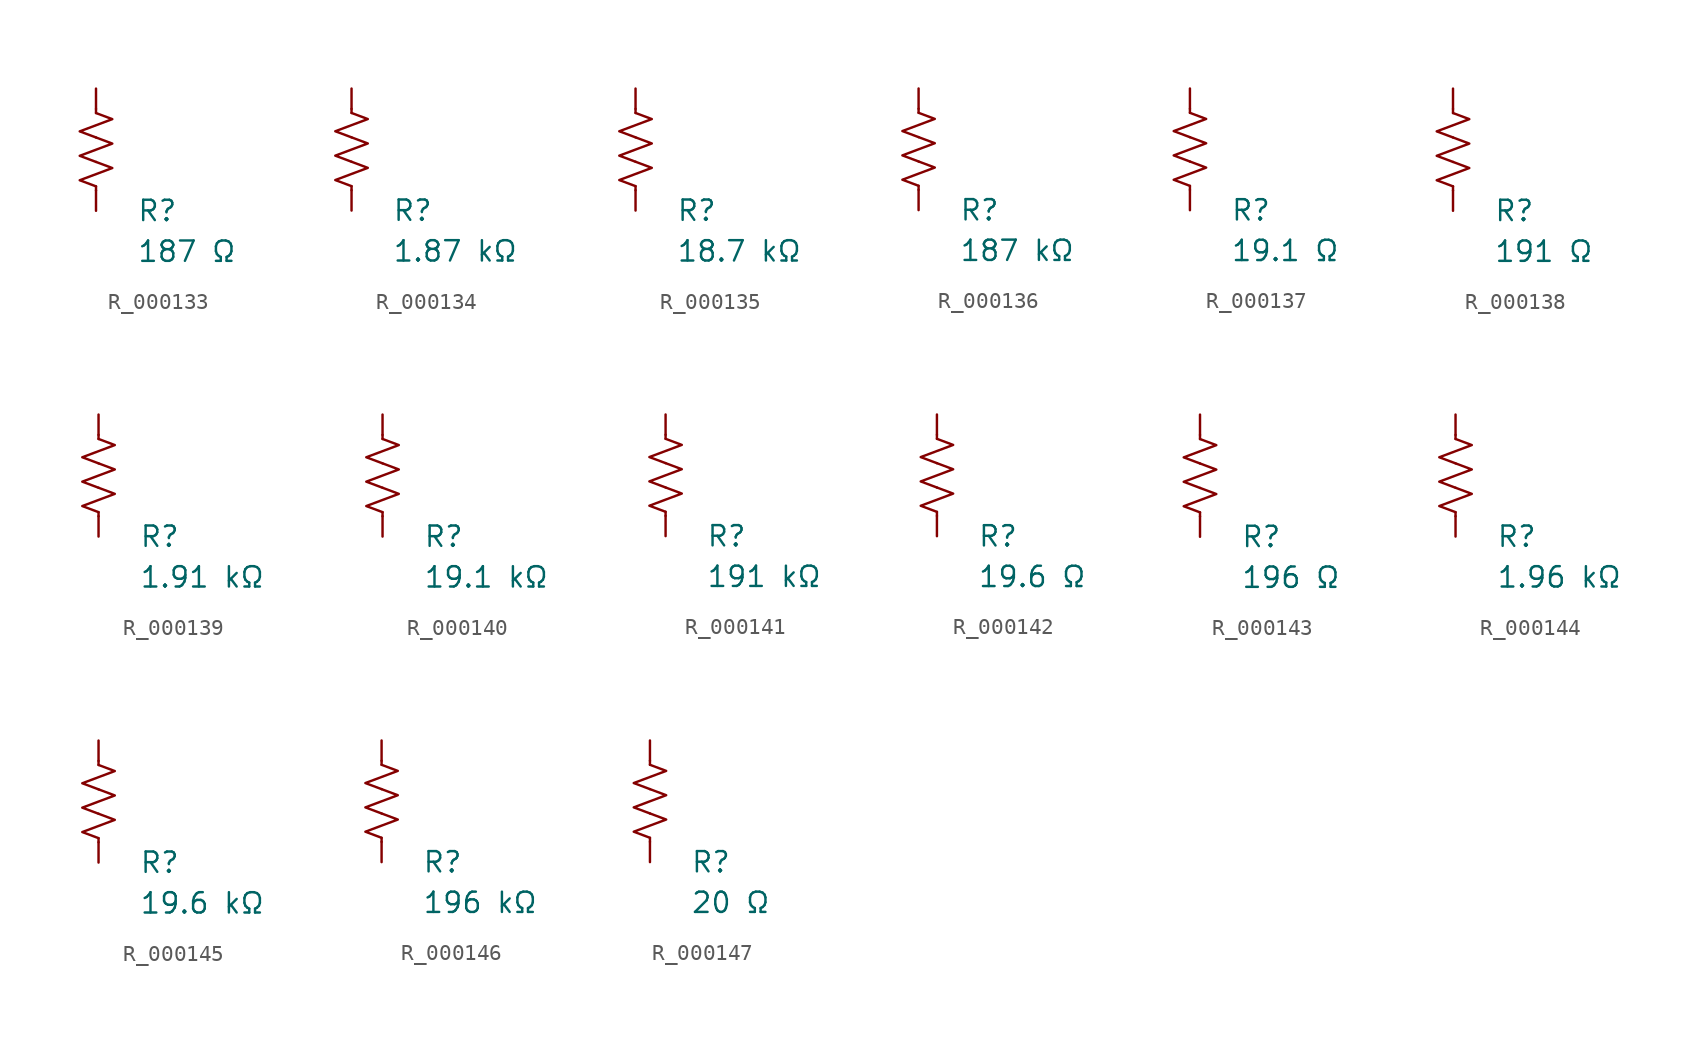
<source format=kicad_sym>
(kicad_symbol_lib
  (version 20231120)
  (generator "kicad_symbol_editor")
  (generator_version "8.0")
  (symbol "R_000133"
    (pin_numbers hide)
    (pin_names
      (offset 0))
    (property "Reference" "R"
      (at 2.54 -3.81 0)
      (effects (font (size 1.27 1.27)) (justify left))
      (show_name no))
    (property "Value" "187 Ω"
      (at 2.54 -6.35 0)
      (effects (font (size 1.27 1.27)) (justify left))
      (show_name no))
    (symbol "R_000133_0_1"
      (polyline (pts (xy 0 -2.286) (xy 0 -2.54)) (stroke (width 0) (type default)) (fill (type none)))
      (polyline (pts (xy 0 2.286) (xy 0 2.54)) (stroke (width 0) (type default)) (fill (type none)))
      (polyline (pts (xy 0 -0.762) (xy 1.016 -1.143) (xy 0 -1.524) (xy -1.016 -1.905) (xy 0 -2.286)) (stroke (width 0) (type default)) (fill (type none)))
      (polyline (pts (xy 0 0.762) (xy 1.016 0.381) (xy 0 0) (xy -1.016 -0.381) (xy 0 -0.762)) (stroke (width 0) (type default)) (fill (type none)))
      (polyline (pts (xy 0 2.286) (xy 1.016 1.905) (xy 0 1.524) (xy -1.016 1.143) (xy 0 0.762)) (stroke (width 0) (type default)) (fill (type none))))
    (symbol "R_000133_1_1"
      (pin passive line (at 0 3.81 270) (length 1.27) (name "~" (effects (font (size 1.27 1.27)))) (number "1" (effects (font (size 1.27 1.27)))))
      (pin passive line (at 0 -3.81 90) (length 1.27) (name "~" (effects (font (size 1.27 1.27)))) (number "2" (effects (font (size 1.27 1.27)))))))
  (symbol "R_000134"
    (pin_numbers hide)
    (pin_names
      (offset 0))
    (property "Reference" "R"
      (at 2.54 -3.81 0)
      (effects (font (size 1.27 1.27)) (justify left))
      (show_name no))
    (property "Value" "1.87 kΩ"
      (at 2.54 -6.35 0)
      (effects (font (size 1.27 1.27)) (justify left))
      (show_name no))
    (symbol "R_000134_0_1"
      (polyline (pts (xy 0 -2.286) (xy 0 -2.54)) (stroke (width 0) (type default)) (fill (type none)))
      (polyline (pts (xy 0 2.286) (xy 0 2.54)) (stroke (width 0) (type default)) (fill (type none)))
      (polyline (pts (xy 0 -0.762) (xy 1.016 -1.143) (xy 0 -1.524) (xy -1.016 -1.905) (xy 0 -2.286)) (stroke (width 0) (type default)) (fill (type none)))
      (polyline (pts (xy 0 0.762) (xy 1.016 0.381) (xy 0 0) (xy -1.016 -0.381) (xy 0 -0.762)) (stroke (width 0) (type default)) (fill (type none)))
      (polyline (pts (xy 0 2.286) (xy 1.016 1.905) (xy 0 1.524) (xy -1.016 1.143) (xy 0 0.762)) (stroke (width 0) (type default)) (fill (type none))))
    (symbol "R_000134_1_1"
      (pin passive line (at 0 3.81 270) (length 1.27) (name "~" (effects (font (size 1.27 1.27)))) (number "1" (effects (font (size 1.27 1.27)))))
      (pin passive line (at 0 -3.81 90) (length 1.27) (name "~" (effects (font (size 1.27 1.27)))) (number "2" (effects (font (size 1.27 1.27)))))))
  (symbol "R_000135"
    (pin_numbers hide)
    (pin_names
      (offset 0))
    (property "Reference" "R"
      (at 2.54 -3.81 0)
      (effects (font (size 1.27 1.27)) (justify left))
      (show_name no))
    (property "Value" "18.7 kΩ"
      (at 2.54 -6.35 0)
      (effects (font (size 1.27 1.27)) (justify left))
      (show_name no))
    (symbol "R_000135_0_1"
      (polyline (pts (xy 0 -2.286) (xy 0 -2.54)) (stroke (width 0) (type default)) (fill (type none)))
      (polyline (pts (xy 0 2.286) (xy 0 2.54)) (stroke (width 0) (type default)) (fill (type none)))
      (polyline (pts (xy 0 -0.762) (xy 1.016 -1.143) (xy 0 -1.524) (xy -1.016 -1.905) (xy 0 -2.286)) (stroke (width 0) (type default)) (fill (type none)))
      (polyline (pts (xy 0 0.762) (xy 1.016 0.381) (xy 0 0) (xy -1.016 -0.381) (xy 0 -0.762)) (stroke (width 0) (type default)) (fill (type none)))
      (polyline (pts (xy 0 2.286) (xy 1.016 1.905) (xy 0 1.524) (xy -1.016 1.143) (xy 0 0.762)) (stroke (width 0) (type default)) (fill (type none))))
    (symbol "R_000135_1_1"
      (pin passive line (at 0 3.81 270) (length 1.27) (name "~" (effects (font (size 1.27 1.27)))) (number "1" (effects (font (size 1.27 1.27)))))
      (pin passive line (at 0 -3.81 90) (length 1.27) (name "~" (effects (font (size 1.27 1.27)))) (number "2" (effects (font (size 1.27 1.27)))))))
  (symbol "R_000136"
    (pin_numbers hide)
    (pin_names
      (offset 0))
    (property "Reference" "R"
      (at 2.54 -3.81 0)
      (effects (font (size 1.27 1.27)) (justify left))
      (show_name no))
    (property "Value" "187 kΩ"
      (at 2.54 -6.35 0)
      (effects (font (size 1.27 1.27)) (justify left))
      (show_name no))
    (symbol "R_000136_0_1"
      (polyline (pts (xy 0 -2.286) (xy 0 -2.54)) (stroke (width 0) (type default)) (fill (type none)))
      (polyline (pts (xy 0 2.286) (xy 0 2.54)) (stroke (width 0) (type default)) (fill (type none)))
      (polyline (pts (xy 0 -0.762) (xy 1.016 -1.143) (xy 0 -1.524) (xy -1.016 -1.905) (xy 0 -2.286)) (stroke (width 0) (type default)) (fill (type none)))
      (polyline (pts (xy 0 0.762) (xy 1.016 0.381) (xy 0 0) (xy -1.016 -0.381) (xy 0 -0.762)) (stroke (width 0) (type default)) (fill (type none)))
      (polyline (pts (xy 0 2.286) (xy 1.016 1.905) (xy 0 1.524) (xy -1.016 1.143) (xy 0 0.762)) (stroke (width 0) (type default)) (fill (type none))))
    (symbol "R_000136_1_1"
      (pin passive line (at 0 3.81 270) (length 1.27) (name "~" (effects (font (size 1.27 1.27)))) (number "1" (effects (font (size 1.27 1.27)))))
      (pin passive line (at 0 -3.81 90) (length 1.27) (name "~" (effects (font (size 1.27 1.27)))) (number "2" (effects (font (size 1.27 1.27)))))))
  (symbol "R_000137"
    (pin_numbers hide)
    (pin_names
      (offset 0))
    (property "Reference" "R"
      (at 2.54 -3.81 0)
      (effects (font (size 1.27 1.27)) (justify left))
      (show_name no))
    (property "Value" "19.1 Ω"
      (at 2.54 -6.35 0)
      (effects (font (size 1.27 1.27)) (justify left))
      (show_name no))
    (symbol "R_000137_0_1"
      (polyline (pts (xy 0 -2.286) (xy 0 -2.54)) (stroke (width 0) (type default)) (fill (type none)))
      (polyline (pts (xy 0 2.286) (xy 0 2.54)) (stroke (width 0) (type default)) (fill (type none)))
      (polyline (pts (xy 0 -0.762) (xy 1.016 -1.143) (xy 0 -1.524) (xy -1.016 -1.905) (xy 0 -2.286)) (stroke (width 0) (type default)) (fill (type none)))
      (polyline (pts (xy 0 0.762) (xy 1.016 0.381) (xy 0 0) (xy -1.016 -0.381) (xy 0 -0.762)) (stroke (width 0) (type default)) (fill (type none)))
      (polyline (pts (xy 0 2.286) (xy 1.016 1.905) (xy 0 1.524) (xy -1.016 1.143) (xy 0 0.762)) (stroke (width 0) (type default)) (fill (type none))))
    (symbol "R_000137_1_1"
      (pin passive line (at 0 3.81 270) (length 1.27) (name "~" (effects (font (size 1.27 1.27)))) (number "1" (effects (font (size 1.27 1.27)))))
      (pin passive line (at 0 -3.81 90) (length 1.27) (name "~" (effects (font (size 1.27 1.27)))) (number "2" (effects (font (size 1.27 1.27)))))))
  (symbol "R_000138"
    (pin_numbers hide)
    (pin_names
      (offset 0))
    (property "Reference" "R"
      (at 2.54 -3.81 0)
      (effects (font (size 1.27 1.27)) (justify left))
      (show_name no))
    (property "Value" "191 Ω"
      (at 2.54 -6.35 0)
      (effects (font (size 1.27 1.27)) (justify left))
      (show_name no))
    (symbol "R_000138_0_1"
      (polyline (pts (xy 0 -2.286) (xy 0 -2.54)) (stroke (width 0) (type default)) (fill (type none)))
      (polyline (pts (xy 0 2.286) (xy 0 2.54)) (stroke (width 0) (type default)) (fill (type none)))
      (polyline (pts (xy 0 -0.762) (xy 1.016 -1.143) (xy 0 -1.524) (xy -1.016 -1.905) (xy 0 -2.286)) (stroke (width 0) (type default)) (fill (type none)))
      (polyline (pts (xy 0 0.762) (xy 1.016 0.381) (xy 0 0) (xy -1.016 -0.381) (xy 0 -0.762)) (stroke (width 0) (type default)) (fill (type none)))
      (polyline (pts (xy 0 2.286) (xy 1.016 1.905) (xy 0 1.524) (xy -1.016 1.143) (xy 0 0.762)) (stroke (width 0) (type default)) (fill (type none))))
    (symbol "R_000138_1_1"
      (pin passive line (at 0 3.81 270) (length 1.27) (name "~" (effects (font (size 1.27 1.27)))) (number "1" (effects (font (size 1.27 1.27)))))
      (pin passive line (at 0 -3.81 90) (length 1.27) (name "~" (effects (font (size 1.27 1.27)))) (number "2" (effects (font (size 1.27 1.27)))))))
  (symbol "R_000139"
    (pin_numbers hide)
    (pin_names
      (offset 0))
    (property "Reference" "R"
      (at 2.54 -3.81 0)
      (effects (font (size 1.27 1.27)) (justify left))
      (show_name no))
    (property "Value" "1.91 kΩ"
      (at 2.54 -6.35 0)
      (effects (font (size 1.27 1.27)) (justify left))
      (show_name no))
    (symbol "R_000139_0_1"
      (polyline (pts (xy 0 -2.286) (xy 0 -2.54)) (stroke (width 0) (type default)) (fill (type none)))
      (polyline (pts (xy 0 2.286) (xy 0 2.54)) (stroke (width 0) (type default)) (fill (type none)))
      (polyline (pts (xy 0 -0.762) (xy 1.016 -1.143) (xy 0 -1.524) (xy -1.016 -1.905) (xy 0 -2.286)) (stroke (width 0) (type default)) (fill (type none)))
      (polyline (pts (xy 0 0.762) (xy 1.016 0.381) (xy 0 0) (xy -1.016 -0.381) (xy 0 -0.762)) (stroke (width 0) (type default)) (fill (type none)))
      (polyline (pts (xy 0 2.286) (xy 1.016 1.905) (xy 0 1.524) (xy -1.016 1.143) (xy 0 0.762)) (stroke (width 0) (type default)) (fill (type none))))
    (symbol "R_000139_1_1"
      (pin passive line (at 0 3.81 270) (length 1.27) (name "~" (effects (font (size 1.27 1.27)))) (number "1" (effects (font (size 1.27 1.27)))))
      (pin passive line (at 0 -3.81 90) (length 1.27) (name "~" (effects (font (size 1.27 1.27)))) (number "2" (effects (font (size 1.27 1.27)))))))
  (symbol "R_000140"
    (pin_numbers hide)
    (pin_names
      (offset 0))
    (property "Reference" "R"
      (at 2.54 -3.81 0)
      (effects (font (size 1.27 1.27)) (justify left))
      (show_name no))
    (property "Value" "19.1 kΩ"
      (at 2.54 -6.35 0)
      (effects (font (size 1.27 1.27)) (justify left))
      (show_name no))
    (symbol "R_000140_0_1"
      (polyline (pts (xy 0 -2.286) (xy 0 -2.54)) (stroke (width 0) (type default)) (fill (type none)))
      (polyline (pts (xy 0 2.286) (xy 0 2.54)) (stroke (width 0) (type default)) (fill (type none)))
      (polyline (pts (xy 0 -0.762) (xy 1.016 -1.143) (xy 0 -1.524) (xy -1.016 -1.905) (xy 0 -2.286)) (stroke (width 0) (type default)) (fill (type none)))
      (polyline (pts (xy 0 0.762) (xy 1.016 0.381) (xy 0 0) (xy -1.016 -0.381) (xy 0 -0.762)) (stroke (width 0) (type default)) (fill (type none)))
      (polyline (pts (xy 0 2.286) (xy 1.016 1.905) (xy 0 1.524) (xy -1.016 1.143) (xy 0 0.762)) (stroke (width 0) (type default)) (fill (type none))))
    (symbol "R_000140_1_1"
      (pin passive line (at 0 3.81 270) (length 1.27) (name "~" (effects (font (size 1.27 1.27)))) (number "1" (effects (font (size 1.27 1.27)))))
      (pin passive line (at 0 -3.81 90) (length 1.27) (name "~" (effects (font (size 1.27 1.27)))) (number "2" (effects (font (size 1.27 1.27)))))))
  (symbol "R_000141"
    (pin_numbers hide)
    (pin_names
      (offset 0))
    (property "Reference" "R"
      (at 2.54 -3.81 0)
      (effects (font (size 1.27 1.27)) (justify left))
      (show_name no))
    (property "Value" "191 kΩ"
      (at 2.54 -6.35 0)
      (effects (font (size 1.27 1.27)) (justify left))
      (show_name no))
    (symbol "R_000141_0_1"
      (polyline (pts (xy 0 -2.286) (xy 0 -2.54)) (stroke (width 0) (type default)) (fill (type none)))
      (polyline (pts (xy 0 2.286) (xy 0 2.54)) (stroke (width 0) (type default)) (fill (type none)))
      (polyline (pts (xy 0 -0.762) (xy 1.016 -1.143) (xy 0 -1.524) (xy -1.016 -1.905) (xy 0 -2.286)) (stroke (width 0) (type default)) (fill (type none)))
      (polyline (pts (xy 0 0.762) (xy 1.016 0.381) (xy 0 0) (xy -1.016 -0.381) (xy 0 -0.762)) (stroke (width 0) (type default)) (fill (type none)))
      (polyline (pts (xy 0 2.286) (xy 1.016 1.905) (xy 0 1.524) (xy -1.016 1.143) (xy 0 0.762)) (stroke (width 0) (type default)) (fill (type none))))
    (symbol "R_000141_1_1"
      (pin passive line (at 0 3.81 270) (length 1.27) (name "~" (effects (font (size 1.27 1.27)))) (number "1" (effects (font (size 1.27 1.27)))))
      (pin passive line (at 0 -3.81 90) (length 1.27) (name "~" (effects (font (size 1.27 1.27)))) (number "2" (effects (font (size 1.27 1.27)))))))
  (symbol "R_000142"
    (pin_numbers hide)
    (pin_names
      (offset 0))
    (property "Reference" "R"
      (at 2.54 -3.81 0)
      (effects (font (size 1.27 1.27)) (justify left))
      (show_name no))
    (property "Value" "19.6 Ω"
      (at 2.54 -6.35 0)
      (effects (font (size 1.27 1.27)) (justify left))
      (show_name no))
    (symbol "R_000142_0_1"
      (polyline (pts (xy 0 -2.286) (xy 0 -2.54)) (stroke (width 0) (type default)) (fill (type none)))
      (polyline (pts (xy 0 2.286) (xy 0 2.54)) (stroke (width 0) (type default)) (fill (type none)))
      (polyline (pts (xy 0 -0.762) (xy 1.016 -1.143) (xy 0 -1.524) (xy -1.016 -1.905) (xy 0 -2.286)) (stroke (width 0) (type default)) (fill (type none)))
      (polyline (pts (xy 0 0.762) (xy 1.016 0.381) (xy 0 0) (xy -1.016 -0.381) (xy 0 -0.762)) (stroke (width 0) (type default)) (fill (type none)))
      (polyline (pts (xy 0 2.286) (xy 1.016 1.905) (xy 0 1.524) (xy -1.016 1.143) (xy 0 0.762)) (stroke (width 0) (type default)) (fill (type none))))
    (symbol "R_000142_1_1"
      (pin passive line (at 0 3.81 270) (length 1.27) (name "~" (effects (font (size 1.27 1.27)))) (number "1" (effects (font (size 1.27 1.27)))))
      (pin passive line (at 0 -3.81 90) (length 1.27) (name "~" (effects (font (size 1.27 1.27)))) (number "2" (effects (font (size 1.27 1.27)))))))
  (symbol "R_000143"
    (pin_numbers hide)
    (pin_names
      (offset 0))
    (property "Reference" "R"
      (at 2.54 -3.81 0)
      (effects (font (size 1.27 1.27)) (justify left))
      (show_name no))
    (property "Value" "196 Ω"
      (at 2.54 -6.35 0)
      (effects (font (size 1.27 1.27)) (justify left))
      (show_name no))
    (symbol "R_000143_0_1"
      (polyline (pts (xy 0 -2.286) (xy 0 -2.54)) (stroke (width 0) (type default)) (fill (type none)))
      (polyline (pts (xy 0 2.286) (xy 0 2.54)) (stroke (width 0) (type default)) (fill (type none)))
      (polyline (pts (xy 0 -0.762) (xy 1.016 -1.143) (xy 0 -1.524) (xy -1.016 -1.905) (xy 0 -2.286)) (stroke (width 0) (type default)) (fill (type none)))
      (polyline (pts (xy 0 0.762) (xy 1.016 0.381) (xy 0 0) (xy -1.016 -0.381) (xy 0 -0.762)) (stroke (width 0) (type default)) (fill (type none)))
      (polyline (pts (xy 0 2.286) (xy 1.016 1.905) (xy 0 1.524) (xy -1.016 1.143) (xy 0 0.762)) (stroke (width 0) (type default)) (fill (type none))))
    (symbol "R_000143_1_1"
      (pin passive line (at 0 3.81 270) (length 1.27) (name "~" (effects (font (size 1.27 1.27)))) (number "1" (effects (font (size 1.27 1.27)))))
      (pin passive line (at 0 -3.81 90) (length 1.27) (name "~" (effects (font (size 1.27 1.27)))) (number "2" (effects (font (size 1.27 1.27)))))))
  (symbol "R_000144"
    (pin_numbers hide)
    (pin_names
      (offset 0))
    (property "Reference" "R"
      (at 2.54 -3.81 0)
      (effects (font (size 1.27 1.27)) (justify left))
      (show_name no))
    (property "Value" "1.96 kΩ"
      (at 2.54 -6.35 0)
      (effects (font (size 1.27 1.27)) (justify left))
      (show_name no))
    (symbol "R_000144_0_1"
      (polyline (pts (xy 0 -2.286) (xy 0 -2.54)) (stroke (width 0) (type default)) (fill (type none)))
      (polyline (pts (xy 0 2.286) (xy 0 2.54)) (stroke (width 0) (type default)) (fill (type none)))
      (polyline (pts (xy 0 -0.762) (xy 1.016 -1.143) (xy 0 -1.524) (xy -1.016 -1.905) (xy 0 -2.286)) (stroke (width 0) (type default)) (fill (type none)))
      (polyline (pts (xy 0 0.762) (xy 1.016 0.381) (xy 0 0) (xy -1.016 -0.381) (xy 0 -0.762)) (stroke (width 0) (type default)) (fill (type none)))
      (polyline (pts (xy 0 2.286) (xy 1.016 1.905) (xy 0 1.524) (xy -1.016 1.143) (xy 0 0.762)) (stroke (width 0) (type default)) (fill (type none))))
    (symbol "R_000144_1_1"
      (pin passive line (at 0 3.81 270) (length 1.27) (name "~" (effects (font (size 1.27 1.27)))) (number "1" (effects (font (size 1.27 1.27)))))
      (pin passive line (at 0 -3.81 90) (length 1.27) (name "~" (effects (font (size 1.27 1.27)))) (number "2" (effects (font (size 1.27 1.27)))))))
  (symbol "R_000145"
    (pin_numbers hide)
    (pin_names
      (offset 0))
    (property "Reference" "R"
      (at 2.54 -3.81 0)
      (effects (font (size 1.27 1.27)) (justify left))
      (show_name no))
    (property "Value" "19.6 kΩ"
      (at 2.54 -6.35 0)
      (effects (font (size 1.27 1.27)) (justify left))
      (show_name no))
    (symbol "R_000145_0_1"
      (polyline (pts (xy 0 -2.286) (xy 0 -2.54)) (stroke (width 0) (type default)) (fill (type none)))
      (polyline (pts (xy 0 2.286) (xy 0 2.54)) (stroke (width 0) (type default)) (fill (type none)))
      (polyline (pts (xy 0 -0.762) (xy 1.016 -1.143) (xy 0 -1.524) (xy -1.016 -1.905) (xy 0 -2.286)) (stroke (width 0) (type default)) (fill (type none)))
      (polyline (pts (xy 0 0.762) (xy 1.016 0.381) (xy 0 0) (xy -1.016 -0.381) (xy 0 -0.762)) (stroke (width 0) (type default)) (fill (type none)))
      (polyline (pts (xy 0 2.286) (xy 1.016 1.905) (xy 0 1.524) (xy -1.016 1.143) (xy 0 0.762)) (stroke (width 0) (type default)) (fill (type none))))
    (symbol "R_000145_1_1"
      (pin passive line (at 0 3.81 270) (length 1.27) (name "~" (effects (font (size 1.27 1.27)))) (number "1" (effects (font (size 1.27 1.27)))))
      (pin passive line (at 0 -3.81 90) (length 1.27) (name "~" (effects (font (size 1.27 1.27)))) (number "2" (effects (font (size 1.27 1.27)))))))
  (symbol "R_000146"
    (pin_numbers hide)
    (pin_names
      (offset 0))
    (property "Reference" "R"
      (at 2.54 -3.81 0)
      (effects (font (size 1.27 1.27)) (justify left))
      (show_name no))
    (property "Value" "196 kΩ"
      (at 2.54 -6.35 0)
      (effects (font (size 1.27 1.27)) (justify left))
      (show_name no))
    (symbol "R_000146_0_1"
      (polyline (pts (xy 0 -2.286) (xy 0 -2.54)) (stroke (width 0) (type default)) (fill (type none)))
      (polyline (pts (xy 0 2.286) (xy 0 2.54)) (stroke (width 0) (type default)) (fill (type none)))
      (polyline (pts (xy 0 -0.762) (xy 1.016 -1.143) (xy 0 -1.524) (xy -1.016 -1.905) (xy 0 -2.286)) (stroke (width 0) (type default)) (fill (type none)))
      (polyline (pts (xy 0 0.762) (xy 1.016 0.381) (xy 0 0) (xy -1.016 -0.381) (xy 0 -0.762)) (stroke (width 0) (type default)) (fill (type none)))
      (polyline (pts (xy 0 2.286) (xy 1.016 1.905) (xy 0 1.524) (xy -1.016 1.143) (xy 0 0.762)) (stroke (width 0) (type default)) (fill (type none))))
    (symbol "R_000146_1_1"
      (pin passive line (at 0 3.81 270) (length 1.27) (name "~" (effects (font (size 1.27 1.27)))) (number "1" (effects (font (size 1.27 1.27)))))
      (pin passive line (at 0 -3.81 90) (length 1.27) (name "~" (effects (font (size 1.27 1.27)))) (number "2" (effects (font (size 1.27 1.27)))))))
  (symbol "R_000147"
    (pin_numbers hide)
    (pin_names
      (offset 0))
    (property "Reference" "R"
      (at 2.54 -3.81 0)
      (effects (font (size 1.27 1.27)) (justify left))
      (show_name no))
    (property "Value" "20 Ω"
      (at 2.54 -6.35 0)
      (effects (font (size 1.27 1.27)) (justify left))
      (show_name no))
    (symbol "R_000147_0_1"
      (polyline (pts (xy 0 -2.286) (xy 0 -2.54)) (stroke (width 0) (type default)) (fill (type none)))
      (polyline (pts (xy 0 2.286) (xy 0 2.54)) (stroke (width 0) (type default)) (fill (type none)))
      (polyline (pts (xy 0 -0.762) (xy 1.016 -1.143) (xy 0 -1.524) (xy -1.016 -1.905) (xy 0 -2.286)) (stroke (width 0) (type default)) (fill (type none)))
      (polyline (pts (xy 0 0.762) (xy 1.016 0.381) (xy 0 0) (xy -1.016 -0.381) (xy 0 -0.762)) (stroke (width 0) (type default)) (fill (type none)))
      (polyline (pts (xy 0 2.286) (xy 1.016 1.905) (xy 0 1.524) (xy -1.016 1.143) (xy 0 0.762)) (stroke (width 0) (type default)) (fill (type none))))
    (symbol "R_000147_1_1"
      (pin passive line (at 0 3.81 270) (length 1.27) (name "~" (effects (font (size 1.27 1.27)))) (number "1" (effects (font (size 1.27 1.27)))))
      (pin passive line (at 0 -3.81 90) (length 1.27) (name "~" (effects (font (size 1.27 1.27)))) (number "2" (effects (font (size 1.27 1.27))))))))
</source>
